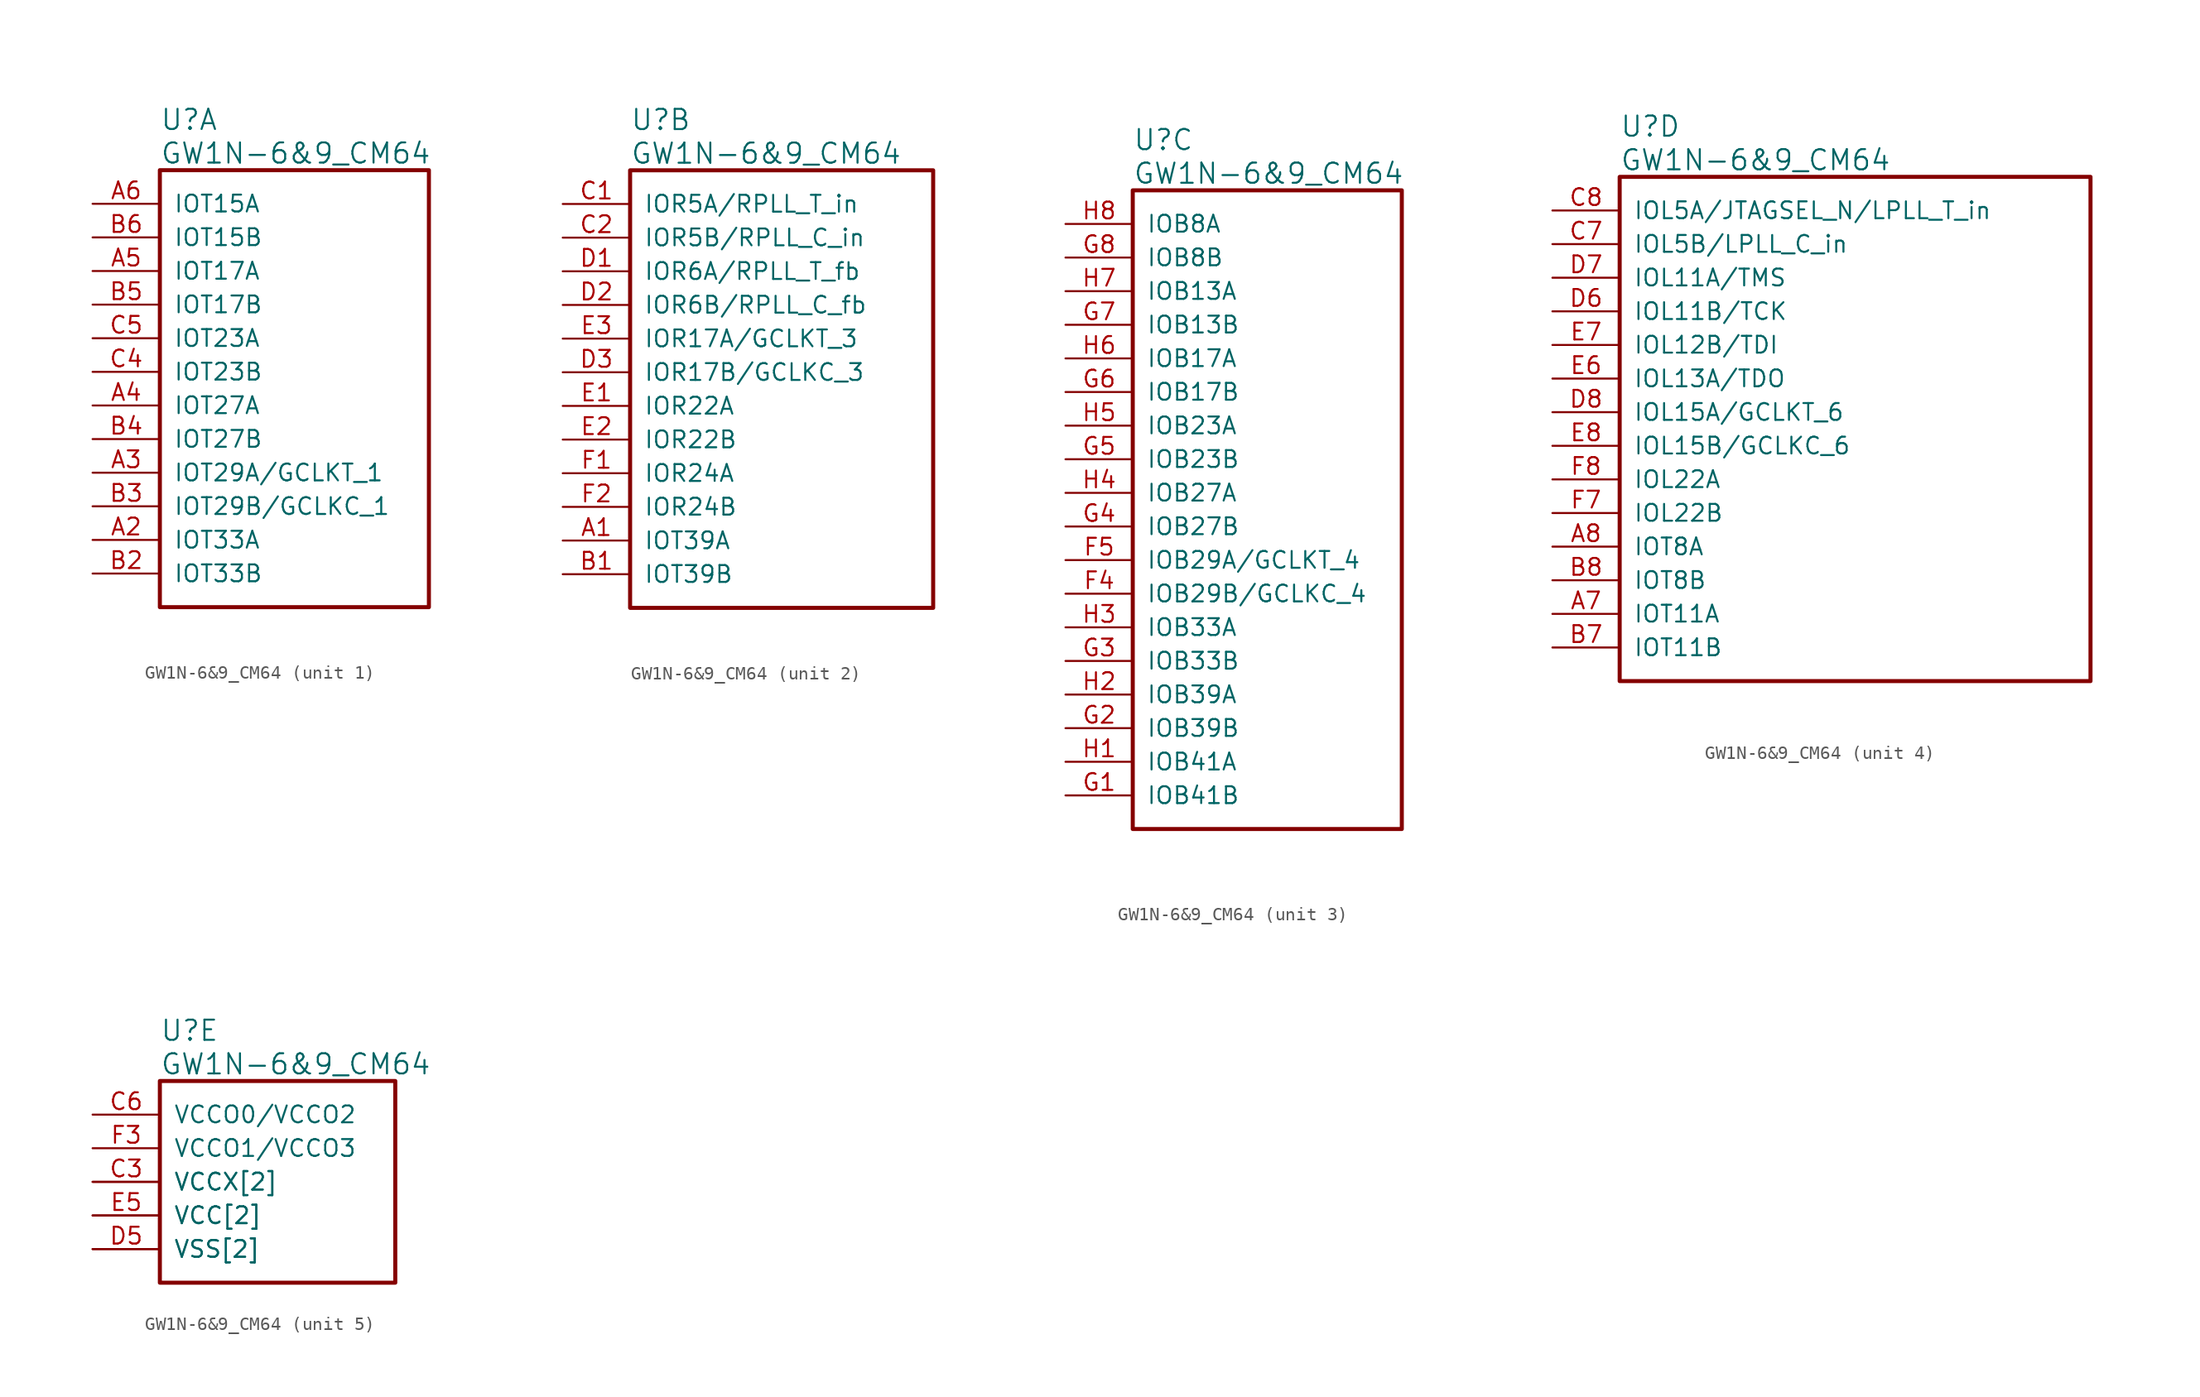
<source format=kicad_sym>
(kicad_symbol_lib
  (version 20241209)
  (generator "kicad_symbol_editor")
  (generator_version "9.0")
  (symbol "GW1N-6&9_CM64"
    (pin_names
      (offset 1.016))
    (property "Reference" "U"
      (at 5.08 6.35 0)
      (effects (font (size 1.524 1.524)) (justify left)))
    (property "Value" "GW1N-6&9_CM64"
      (at 5.08 3.81 0)
      (effects (font (size 1.524 1.524)) (justify left)))
    (property "ki_locked" ""
      (at 0 0 0)
      (effects (font (size 1.27 1.27))))
    (symbol "GW1N-6&9_CM64_1_1"
      (rectangle (start 5.08 2.54) (end 25.4 -30.48) (stroke (width 0.305) (type solid)) (fill (type none)))
      (pin bidirectional line (at 0 0 0) (length 5.08) (name "IOT15A" (effects (font (size 1.27 1.27)))) (number "A6" (effects (font (size 1.27 1.27)))))
      (pin bidirectional line (at 0 -2.54 0) (length 5.08) (name "IOT15B" (effects (font (size 1.27 1.27)))) (number "B6" (effects (font (size 1.27 1.27)))))
      (pin bidirectional line (at 0 -5.08 0) (length 5.08) (name "IOT17A" (effects (font (size 1.27 1.27)))) (number "A5" (effects (font (size 1.27 1.27)))))
      (pin bidirectional line (at 0 -7.62 0) (length 5.08) (name "IOT17B" (effects (font (size 1.27 1.27)))) (number "B5" (effects (font (size 1.27 1.27)))))
      (pin bidirectional line (at 0 -10.16 0) (length 5.08) (name "IOT23A" (effects (font (size 1.27 1.27)))) (number "C5" (effects (font (size 1.27 1.27)))))
      (pin bidirectional line (at 0 -12.7 0) (length 5.08) (name "IOT23B" (effects (font (size 1.27 1.27)))) (number "C4" (effects (font (size 1.27 1.27)))))
      (pin bidirectional line (at 0 -15.24 0) (length 5.08) (name "IOT27A" (effects (font (size 1.27 1.27)))) (number "A4" (effects (font (size 1.27 1.27)))))
      (pin bidirectional line (at 0 -17.78 0) (length 5.08) (name "IOT27B" (effects (font (size 1.27 1.27)))) (number "B4" (effects (font (size 1.27 1.27)))))
      (pin bidirectional line (at 0 -20.32 0) (length 5.08) (name "IOT29A/GCLKT_1" (effects (font (size 1.27 1.27)))) (number "A3" (effects (font (size 1.27 1.27)))))
      (pin bidirectional line (at 0 -22.86 0) (length 5.08) (name "IOT29B/GCLKC_1" (effects (font (size 1.27 1.27)))) (number "B3" (effects (font (size 1.27 1.27)))))
      (pin bidirectional line (at 0 -25.4 0) (length 5.08) (name "IOT33A" (effects (font (size 1.27 1.27)))) (number "A2" (effects (font (size 1.27 1.27)))))
      (pin bidirectional line (at 0 -27.94 0) (length 5.08) (name "IOT33B" (effects (font (size 1.27 1.27)))) (number "B2" (effects (font (size 1.27 1.27))))))
    (symbol "GW1N-6&9_CM64_2_1"
      (rectangle (start 5.08 2.54) (end 27.94 -30.48) (stroke (width 0.305) (type solid)) (fill (type none)))
      (pin bidirectional line (at 0 0 0) (length 5.08) (name "IOR5A/RPLL_T_in" (effects (font (size 1.27 1.27)))) (number "C1" (effects (font (size 1.27 1.27)))))
      (pin bidirectional line (at 0 -2.54 0) (length 5.08) (name "IOR5B/RPLL_C_in" (effects (font (size 1.27 1.27)))) (number "C2" (effects (font (size 1.27 1.27)))))
      (pin bidirectional line (at 0 -5.08 0) (length 5.08) (name "IOR6A/RPLL_T_fb" (effects (font (size 1.27 1.27)))) (number "D1" (effects (font (size 1.27 1.27)))))
      (pin bidirectional line (at 0 -7.62 0) (length 5.08) (name "IOR6B/RPLL_C_fb" (effects (font (size 1.27 1.27)))) (number "D2" (effects (font (size 1.27 1.27)))))
      (pin bidirectional line (at 0 -10.16 0) (length 5.08) (name "IOR17A/GCLKT_3" (effects (font (size 1.27 1.27)))) (number "E3" (effects (font (size 1.27 1.27)))))
      (pin bidirectional line (at 0 -12.7 0) (length 5.08) (name "IOR17B/GCLKC_3" (effects (font (size 1.27 1.27)))) (number "D3" (effects (font (size 1.27 1.27)))))
      (pin bidirectional line (at 0 -15.24 0) (length 5.08) (name "IOR22A" (effects (font (size 1.27 1.27)))) (number "E1" (effects (font (size 1.27 1.27)))))
      (pin bidirectional line (at 0 -17.78 0) (length 5.08) (name "IOR22B" (effects (font (size 1.27 1.27)))) (number "E2" (effects (font (size 1.27 1.27)))))
      (pin bidirectional line (at 0 -20.32 0) (length 5.08) (name "IOR24A" (effects (font (size 1.27 1.27)))) (number "F1" (effects (font (size 1.27 1.27)))))
      (pin bidirectional line (at 0 -22.86 0) (length 5.08) (name "IOR24B" (effects (font (size 1.27 1.27)))) (number "F2" (effects (font (size 1.27 1.27)))))
      (pin bidirectional line (at 0 -25.4 0) (length 5.08) (name "IOT39A" (effects (font (size 1.27 1.27)))) (number "A1" (effects (font (size 1.27 1.27)))))
      (pin bidirectional line (at 0 -27.94 0) (length 5.08) (name "IOT39B" (effects (font (size 1.27 1.27)))) (number "B1" (effects (font (size 1.27 1.27))))))
    (symbol "GW1N-6&9_CM64_3_1"
      (rectangle (start 5.08 2.54) (end 25.4 -45.72) (stroke (width 0.305) (type solid)) (fill (type none)))
      (pin bidirectional line (at 0 0 0) (length 5.08) (name "IOB8A" (effects (font (size 1.27 1.27)))) (number "H8" (effects (font (size 1.27 1.27)))))
      (pin bidirectional line (at 0 -2.54 0) (length 5.08) (name "IOB8B" (effects (font (size 1.27 1.27)))) (number "G8" (effects (font (size 1.27 1.27)))))
      (pin bidirectional line (at 0 -5.08 0) (length 5.08) (name "IOB13A" (effects (font (size 1.27 1.27)))) (number "H7" (effects (font (size 1.27 1.27)))))
      (pin bidirectional line (at 0 -7.62 0) (length 5.08) (name "IOB13B" (effects (font (size 1.27 1.27)))) (number "G7" (effects (font (size 1.27 1.27)))))
      (pin bidirectional line (at 0 -10.16 0) (length 5.08) (name "IOB17A" (effects (font (size 1.27 1.27)))) (number "H6" (effects (font (size 1.27 1.27)))))
      (pin bidirectional line (at 0 -12.7 0) (length 5.08) (name "IOB17B" (effects (font (size 1.27 1.27)))) (number "G6" (effects (font (size 1.27 1.27)))))
      (pin bidirectional line (at 0 -15.24 0) (length 5.08) (name "IOB23A" (effects (font (size 1.27 1.27)))) (number "H5" (effects (font (size 1.27 1.27)))))
      (pin bidirectional line (at 0 -17.78 0) (length 5.08) (name "IOB23B" (effects (font (size 1.27 1.27)))) (number "G5" (effects (font (size 1.27 1.27)))))
      (pin bidirectional line (at 0 -20.32 0) (length 5.08) (name "IOB27A" (effects (font (size 1.27 1.27)))) (number "H4" (effects (font (size 1.27 1.27)))))
      (pin bidirectional line (at 0 -22.86 0) (length 5.08) (name "IOB27B" (effects (font (size 1.27 1.27)))) (number "G4" (effects (font (size 1.27 1.27)))))
      (pin bidirectional line (at 0 -25.4 0) (length 5.08) (name "IOB29A/GCLKT_4" (effects (font (size 1.27 1.27)))) (number "F5" (effects (font (size 1.27 1.27)))))
      (pin bidirectional line (at 0 -27.94 0) (length 5.08) (name "IOB29B/GCLKC_4" (effects (font (size 1.27 1.27)))) (number "F4" (effects (font (size 1.27 1.27)))))
      (pin bidirectional line (at 0 -30.48 0) (length 5.08) (name "IOB33A" (effects (font (size 1.27 1.27)))) (number "H3" (effects (font (size 1.27 1.27)))))
      (pin bidirectional line (at 0 -33.02 0) (length 5.08) (name "IOB33B" (effects (font (size 1.27 1.27)))) (number "G3" (effects (font (size 1.27 1.27)))))
      (pin bidirectional line (at 0 -35.56 0) (length 5.08) (name "IOB39A" (effects (font (size 1.27 1.27)))) (number "H2" (effects (font (size 1.27 1.27)))))
      (pin bidirectional line (at 0 -38.1 0) (length 5.08) (name "IOB39B" (effects (font (size 1.27 1.27)))) (number "G2" (effects (font (size 1.27 1.27)))))
      (pin bidirectional line (at 0 -40.64 0) (length 5.08) (name "IOB41A" (effects (font (size 1.27 1.27)))) (number "H1" (effects (font (size 1.27 1.27)))))
      (pin bidirectional line (at 0 -43.18 0) (length 5.08) (name "IOB41B" (effects (font (size 1.27 1.27)))) (number "G1" (effects (font (size 1.27 1.27))))))
    (symbol "GW1N-6&9_CM64_4_1"
      (rectangle (start 5.08 2.54) (end 40.64 -35.56) (stroke (width 0.305) (type solid)) (fill (type none)))
      (pin bidirectional line (at 0 0 0) (length 5.08) (name "IOL5A/JTAGSEL_N/LPLL_T_in" (effects (font (size 1.27 1.27)))) (number "C8" (effects (font (size 1.27 1.27)))))
      (pin bidirectional line (at 0 -2.54 0) (length 5.08) (name "IOL5B/LPLL_C_in" (effects (font (size 1.27 1.27)))) (number "C7" (effects (font (size 1.27 1.27)))))
      (pin bidirectional line (at 0 -5.08 0) (length 5.08) (name "IOL11A/TMS" (effects (font (size 1.27 1.27)))) (number "D7" (effects (font (size 1.27 1.27)))))
      (pin bidirectional line (at 0 -7.62 0) (length 5.08) (name "IOL11B/TCK" (effects (font (size 1.27 1.27)))) (number "D6" (effects (font (size 1.27 1.27)))))
      (pin bidirectional line (at 0 -10.16 0) (length 5.08) (name "IOL12B/TDI" (effects (font (size 1.27 1.27)))) (number "E7" (effects (font (size 1.27 1.27)))))
      (pin bidirectional line (at 0 -12.7 0) (length 5.08) (name "IOL13A/TDO" (effects (font (size 1.27 1.27)))) (number "E6" (effects (font (size 1.27 1.27)))))
      (pin bidirectional line (at 0 -15.24 0) (length 5.08) (name "IOL15A/GCLKT_6" (effects (font (size 1.27 1.27)))) (number "D8" (effects (font (size 1.27 1.27)))))
      (pin bidirectional line (at 0 -17.78 0) (length 5.08) (name "IOL15B/GCLKC_6" (effects (font (size 1.27 1.27)))) (number "E8" (effects (font (size 1.27 1.27)))))
      (pin bidirectional line (at 0 -20.32 0) (length 5.08) (name "IOL22A" (effects (font (size 1.27 1.27)))) (number "F8" (effects (font (size 1.27 1.27)))))
      (pin bidirectional line (at 0 -22.86 0) (length 5.08) (name "IOL22B" (effects (font (size 1.27 1.27)))) (number "F7" (effects (font (size 1.27 1.27)))))
      (pin bidirectional line (at 0 -25.4 0) (length 5.08) (name "IOT8A" (effects (font (size 1.27 1.27)))) (number "A8" (effects (font (size 1.27 1.27)))))
      (pin bidirectional line (at 0 -27.94 0) (length 5.08) (name "IOT8B" (effects (font (size 1.27 1.27)))) (number "B8" (effects (font (size 1.27 1.27)))))
      (pin bidirectional line (at 0 -30.48 0) (length 5.08) (name "IOT11A" (effects (font (size 1.27 1.27)))) (number "A7" (effects (font (size 1.27 1.27)))))
      (pin bidirectional line (at 0 -33.02 0) (length 5.08) (name "IOT11B" (effects (font (size 1.27 1.27)))) (number "B7" (effects (font (size 1.27 1.27))))))
    (symbol "GW1N-6&9_CM64_5_1"
      (rectangle (start 5.08 2.54) (end 22.86 -12.7) (stroke (width 0.305) (type solid)) (fill (type none)))
      (pin power_in line (at 0 0 0) (length 5.08) (name "VCCO0/VCCO2" (effects (font (size 1.27 1.27)))) (number "C6" (effects (font (size 1.27 1.27)))))
      (pin power_in line (at 0 -2.54 0) (length 5.08) (name "VCCO1/VCCO3" (effects (font (size 1.27 1.27)))) (number "F3" (effects (font (size 1.27 1.27)))))
      (pin power_in line (at 0 -5.08 0) (length 5.08) (name "VCCX[2]" (effects (font (size 1.27 1.27)))) (number "C3" (effects (font (size 1.27 1.27)))))
      (pin power_in line (at 0 -5.08 0) (length 5.08) (name "VCCX[2]" (effects (font (size 1.27 1.27)))) (number "F6" (effects (font (size 0 0)))))
      (pin power_in line (at 0 -7.62 0) (length 5.08) (name "VCC[2]" (effects (font (size 1.27 1.27)))) (number "D4" (effects (font (size 0 0)))))
      (pin power_in line (at 0 -7.62 0) (length 5.08) (name "VCC[2]" (effects (font (size 1.27 1.27)))) (number "E5" (effects (font (size 1.27 1.27)))))
      (pin power_in line (at 0 -10.16 0) (length 5.08) (name "VSS[2]" (effects (font (size 1.27 1.27)))) (number "D5" (effects (font (size 1.27 1.27)))))
      (pin power_in line (at 0 -10.16 0) (length 5.08) (name "VSS[2]" (effects (font (size 1.27 1.27)))) (number "E4" (effects (font (size 0 0))))))))
</source>
